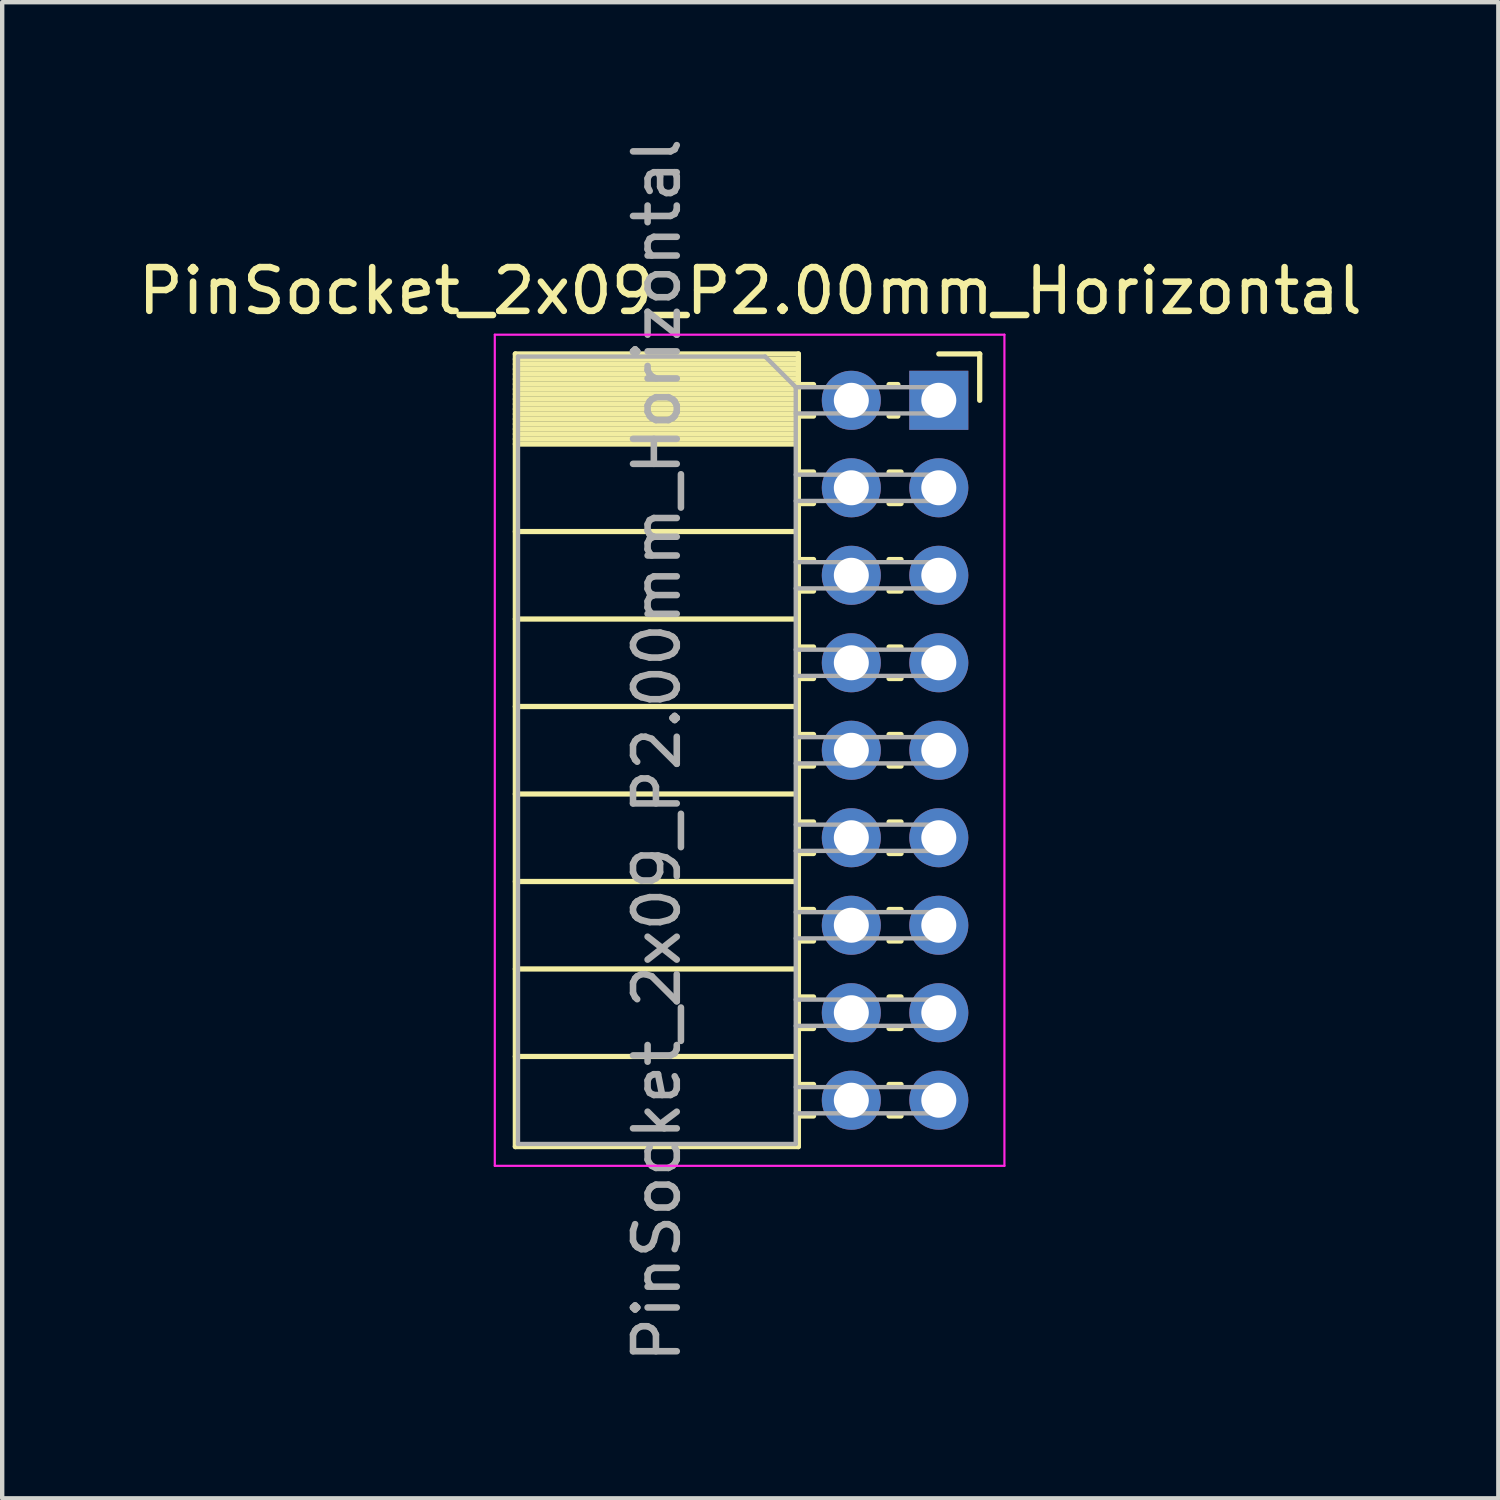
<source format=kicad_pcb>
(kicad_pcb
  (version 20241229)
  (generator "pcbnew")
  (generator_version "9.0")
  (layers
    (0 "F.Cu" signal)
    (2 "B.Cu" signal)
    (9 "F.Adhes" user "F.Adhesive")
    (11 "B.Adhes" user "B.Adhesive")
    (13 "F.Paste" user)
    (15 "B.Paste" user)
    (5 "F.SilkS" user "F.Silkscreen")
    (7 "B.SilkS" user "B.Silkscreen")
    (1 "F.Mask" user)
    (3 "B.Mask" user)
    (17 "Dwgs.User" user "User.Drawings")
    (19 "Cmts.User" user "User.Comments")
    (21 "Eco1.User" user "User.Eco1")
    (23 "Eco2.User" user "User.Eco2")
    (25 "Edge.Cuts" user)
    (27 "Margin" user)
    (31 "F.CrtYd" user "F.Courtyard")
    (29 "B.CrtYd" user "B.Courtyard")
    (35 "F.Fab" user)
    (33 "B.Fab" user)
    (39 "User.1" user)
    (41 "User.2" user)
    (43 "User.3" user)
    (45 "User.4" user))
  (footprint "PinSocket_2x09_P2.00mm_Horizontal"
    (layer "F.Cu")
    (at 18.411 6.101)
    (property "Reference" "PinSocket_2x09_P2.00mm_Horizontal" (at -4.31 -2.5 0) (layer "F.SilkS") (effects (font (size 1 1) (thickness 0.15))))
    (attr through_hole)
    (fp_line (start -9.68 -1.06) (end -9.68 17.06) (stroke (width 0.12) (type solid)) (layer "F.SilkS"))
    (fp_line (start -9.68 -1.06) (end -3.21 -1.06) (stroke (width 0.12) (type solid)) (layer "F.SilkS"))
    (fp_line (start -9.68 -0.94) (end -3.21 -0.94) (stroke (width 0.12) (type solid)) (layer "F.SilkS"))
    (fp_line (start -9.68 -0.826) (end -3.21 -0.826) (stroke (width 0.12) (type solid)) (layer "F.SilkS"))
    (fp_line (start -9.68 -0.712) (end -3.21 -0.712) (stroke (width 0.12) (type solid)) (layer "F.SilkS"))
    (fp_line (start -9.68 -0.598) (end -3.21 -0.598) (stroke (width 0.12) (type solid)) (layer "F.SilkS"))
    (fp_line (start -9.68 -0.484) (end -3.21 -0.484) (stroke (width 0.12) (type solid)) (layer "F.SilkS"))
    (fp_line (start -9.68 -0.369) (end -3.21 -0.369) (stroke (width 0.12) (type solid)) (layer "F.SilkS"))
    (fp_line (start -9.68 -0.255) (end -3.21 -0.255) (stroke (width 0.12) (type solid)) (layer "F.SilkS"))
    (fp_line (start -9.68 -0.141) (end -3.21 -0.141) (stroke (width 0.12) (type solid)) (layer "F.SilkS"))
    (fp_line (start -9.68 -0.027) (end -3.21 -0.027) (stroke (width 0.12) (type solid)) (layer "F.SilkS"))
    (fp_line (start -9.68 0.087) (end -3.21 0.087) (stroke (width 0.12) (type solid)) (layer "F.SilkS"))
    (fp_line (start -9.68 0.201) (end -3.21 0.201) (stroke (width 0.12) (type solid)) (layer "F.SilkS"))
    (fp_line (start -9.68 0.315) (end -3.21 0.315) (stroke (width 0.12) (type solid)) (layer "F.SilkS"))
    (fp_line (start -9.68 0.429) (end -3.21 0.429) (stroke (width 0.12) (type solid)) (layer "F.SilkS"))
    (fp_line (start -9.68 0.544) (end -3.21 0.544) (stroke (width 0.12) (type solid)) (layer "F.SilkS"))
    (fp_line (start -9.68 0.658) (end -3.21 0.658) (stroke (width 0.12) (type solid)) (layer "F.SilkS"))
    (fp_line (start -9.68 0.772) (end -3.21 0.772) (stroke (width 0.12) (type solid)) (layer "F.SilkS"))
    (fp_line (start -9.68 0.886) (end -3.21 0.886) (stroke (width 0.12) (type solid)) (layer "F.SilkS"))
    (fp_line (start -9.68 1) (end -3.21 1) (stroke (width 0.12) (type solid)) (layer "F.SilkS"))
    (fp_line (start -9.68 3) (end -3.21 3) (stroke (width 0.12) (type solid)) (layer "F.SilkS"))
    (fp_line (start -9.68 5) (end -3.21 5) (stroke (width 0.12) (type solid)) (layer "F.SilkS"))
    (fp_line (start -9.68 7) (end -3.21 7) (stroke (width 0.12) (type solid)) (layer "F.SilkS"))
    (fp_line (start -9.68 9) (end -3.21 9) (stroke (width 0.12) (type solid)) (layer "F.SilkS"))
    (fp_line (start -9.68 11) (end -3.21 11) (stroke (width 0.12) (type solid)) (layer "F.SilkS"))
    (fp_line (start -9.68 13) (end -3.21 13) (stroke (width 0.12) (type solid)) (layer "F.SilkS"))
    (fp_line (start -9.68 15) (end -3.21 15) (stroke (width 0.12) (type solid)) (layer "F.SilkS"))
    (fp_line (start -9.68 17.06) (end -3.21 17.06) (stroke (width 0.12) (type solid)) (layer "F.SilkS"))
    (fp_line (start -3.21 -1.06) (end -3.21 17.06) (stroke (width 0.12) (type solid)) (layer "F.SilkS"))
    (fp_line (start -3.21 -0.36) (end -2.863 -0.36) (stroke (width 0.12) (type solid)) (layer "F.SilkS"))
    (fp_line (start -3.21 0.36) (end -2.863 0.36) (stroke (width 0.12) (type solid)) (layer "F.SilkS"))
    (fp_line (start -3.21 1.64) (end -2.863 1.64) (stroke (width 0.12) (type solid)) (layer "F.SilkS"))
    (fp_line (start -3.21 2.36) (end -2.863 2.36) (stroke (width 0.12) (type solid)) (layer "F.SilkS"))
    (fp_line (start -3.21 3.64) (end -2.863 3.64) (stroke (width 0.12) (type solid)) (layer "F.SilkS"))
    (fp_line (start -3.21 4.36) (end -2.863 4.36) (stroke (width 0.12) (type solid)) (layer "F.SilkS"))
    (fp_line (start -3.21 5.64) (end -2.863 5.64) (stroke (width 0.12) (type solid)) (layer "F.SilkS"))
    (fp_line (start -3.21 6.36) (end -2.863 6.36) (stroke (width 0.12) (type solid)) (layer "F.SilkS"))
    (fp_line (start -3.21 7.64) (end -2.863 7.64) (stroke (width 0.12) (type solid)) (layer "F.SilkS"))
    (fp_line (start -3.21 8.36) (end -2.863 8.36) (stroke (width 0.12) (type solid)) (layer "F.SilkS"))
    (fp_line (start -3.21 9.64) (end -2.863 9.64) (stroke (width 0.12) (type solid)) (layer "F.SilkS"))
    (fp_line (start -3.21 10.36) (end -2.863 10.36) (stroke (width 0.12) (type solid)) (layer "F.SilkS"))
    (fp_line (start -3.21 11.64) (end -2.863 11.64) (stroke (width 0.12) (type solid)) (layer "F.SilkS"))
    (fp_line (start -3.21 12.36) (end -2.863 12.36) (stroke (width 0.12) (type solid)) (layer "F.SilkS"))
    (fp_line (start -3.21 13.64) (end -2.863 13.64) (stroke (width 0.12) (type solid)) (layer "F.SilkS"))
    (fp_line (start -3.21 14.36) (end -2.863 14.36) (stroke (width 0.12) (type solid)) (layer "F.SilkS"))
    (fp_line (start -3.21 15.64) (end -2.863 15.64) (stroke (width 0.12) (type solid)) (layer "F.SilkS"))
    (fp_line (start -3.21 16.36) (end -2.863 16.36) (stroke (width 0.12) (type solid)) (layer "F.SilkS"))
    (fp_line (start -1.137 -0.36) (end -0.935 -0.36) (stroke (width 0.12) (type solid)) (layer "F.SilkS"))
    (fp_line (start -1.137 0.36) (end -0.935 0.36) (stroke (width 0.12) (type solid)) (layer "F.SilkS"))
    (fp_line (start -1.137 1.64) (end -0.863 1.64) (stroke (width 0.12) (type solid)) (layer "F.SilkS"))
    (fp_line (start -1.137 2.36) (end -0.863 2.36) (stroke (width 0.12) (type solid)) (layer "F.SilkS"))
    (fp_line (start -1.137 3.64) (end -0.863 3.64) (stroke (width 0.12) (type solid)) (layer "F.SilkS"))
    (fp_line (start -1.137 4.36) (end -0.863 4.36) (stroke (width 0.12) (type solid)) (layer "F.SilkS"))
    (fp_line (start -1.137 5.64) (end -0.863 5.64) (stroke (width 0.12) (type solid)) (layer "F.SilkS"))
    (fp_line (start -1.137 6.36) (end -0.863 6.36) (stroke (width 0.12) (type solid)) (layer "F.SilkS"))
    (fp_line (start -1.137 7.64) (end -0.863 7.64) (stroke (width 0.12) (type solid)) (layer "F.SilkS"))
    (fp_line (start -1.137 8.36) (end -0.863 8.36) (stroke (width 0.12) (type solid)) (layer "F.SilkS"))
    (fp_line (start -1.137 9.64) (end -0.863 9.64) (stroke (width 0.12) (type solid)) (layer "F.SilkS"))
    (fp_line (start -1.137 10.36) (end -0.863 10.36) (stroke (width 0.12) (type solid)) (layer "F.SilkS"))
    (fp_line (start -1.137 11.64) (end -0.863 11.64) (stroke (width 0.12) (type solid)) (layer "F.SilkS"))
    (fp_line (start -1.137 12.36) (end -0.863 12.36) (stroke (width 0.12) (type solid)) (layer "F.SilkS"))
    (fp_line (start -1.137 13.64) (end -0.863 13.64) (stroke (width 0.12) (type solid)) (layer "F.SilkS"))
    (fp_line (start -1.137 14.36) (end -0.863 14.36) (stroke (width 0.12) (type solid)) (layer "F.SilkS"))
    (fp_line (start -1.137 15.64) (end -0.863 15.64) (stroke (width 0.12) (type solid)) (layer "F.SilkS"))
    (fp_line (start -1.137 16.36) (end -0.863 16.36) (stroke (width 0.12) (type solid)) (layer "F.SilkS"))
    (fp_line (start 0 -1.06) (end 0.935 -1.06) (stroke (width 0.12) (type solid)) (layer "F.SilkS"))
    (fp_line (start 0.935 -1.06) (end 0.935 0) (stroke (width 0.12) (type solid)) (layer "F.SilkS"))
    (fp_line (start -10.15 -1.5) (end -10.15 17.5) (stroke (width 0.05) (type solid)) (layer "F.CrtYd"))
    (fp_line (start -10.15 17.5) (end 1.5 17.5) (stroke (width 0.05) (type solid)) (layer "F.CrtYd"))
    (fp_line (start 1.5 -1.5) (end -10.15 -1.5) (stroke (width 0.05) (type solid)) (layer "F.CrtYd"))
    (fp_line (start 1.5 17.5) (end 1.5 -1.5) (stroke (width 0.05) (type solid)) (layer "F.CrtYd"))
    (fp_line (start -9.62 -1) (end -3.97 -1) (stroke (width 0.1) (type solid)) (layer "F.Fab"))
    (fp_line (start -9.62 17) (end -9.62 -1) (stroke (width 0.1) (type solid)) (layer "F.Fab"))
    (fp_line (start -3.97 -1) (end -3.27 -0.3) (stroke (width 0.1) (type solid)) (layer "F.Fab"))
    (fp_line (start -3.27 -0.3) (end -3.27 17) (stroke (width 0.1) (type solid)) (layer "F.Fab"))
    (fp_line (start -3.27 0.3) (end 0 0.3) (stroke (width 0.1) (type solid)) (layer "F.Fab"))
    (fp_line (start -3.27 2.3) (end 0 2.3) (stroke (width 0.1) (type solid)) (layer "F.Fab"))
    (fp_line (start -3.27 4.3) (end 0 4.3) (stroke (width 0.1) (type solid)) (layer "F.Fab"))
    (fp_line (start -3.27 6.3) (end 0 6.3) (stroke (width 0.1) (type solid)) (layer "F.Fab"))
    (fp_line (start -3.27 8.3) (end 0 8.3) (stroke (width 0.1) (type solid)) (layer "F.Fab"))
    (fp_line (start -3.27 10.3) (end 0 10.3) (stroke (width 0.1) (type solid)) (layer "F.Fab"))
    (fp_line (start -3.27 12.3) (end 0 12.3) (stroke (width 0.1) (type solid)) (layer "F.Fab"))
    (fp_line (start -3.27 14.3) (end 0 14.3) (stroke (width 0.1) (type solid)) (layer "F.Fab"))
    (fp_line (start -3.27 16.3) (end 0 16.3) (stroke (width 0.1) (type solid)) (layer "F.Fab"))
    (fp_line (start -3.27 17) (end -9.62 17) (stroke (width 0.1) (type solid)) (layer "F.Fab"))
    (fp_line (start 0 -0.3) (end -3.27 -0.3) (stroke (width 0.1) (type solid)) (layer "F.Fab"))
    (fp_line (start 0 0.3) (end 0 -0.3) (stroke (width 0.1) (type solid)) (layer "F.Fab"))
    (fp_line (start 0 1.7) (end -3.27 1.7) (stroke (width 0.1) (type solid)) (layer "F.Fab"))
    (fp_line (start 0 2.3) (end 0 1.7) (stroke (width 0.1) (type solid)) (layer "F.Fab"))
    (fp_line (start 0 3.7) (end -3.27 3.7) (stroke (width 0.1) (type solid)) (layer "F.Fab"))
    (fp_line (start 0 4.3) (end 0 3.7) (stroke (width 0.1) (type solid)) (layer "F.Fab"))
    (fp_line (start 0 5.7) (end -3.27 5.7) (stroke (width 0.1) (type solid)) (layer "F.Fab"))
    (fp_line (start 0 6.3) (end 0 5.7) (stroke (width 0.1) (type solid)) (layer "F.Fab"))
    (fp_line (start 0 7.7) (end -3.27 7.7) (stroke (width 0.1) (type solid)) (layer "F.Fab"))
    (fp_line (start 0 8.3) (end 0 7.7) (stroke (width 0.1) (type solid)) (layer "F.Fab"))
    (fp_line (start 0 9.7) (end -3.27 9.7) (stroke (width 0.1) (type solid)) (layer "F.Fab"))
    (fp_line (start 0 10.3) (end 0 9.7) (stroke (width 0.1) (type solid)) (layer "F.Fab"))
    (fp_line (start 0 11.7) (end -3.27 11.7) (stroke (width 0.1) (type solid)) (layer "F.Fab"))
    (fp_line (start 0 12.3) (end 0 11.7) (stroke (width 0.1) (type solid)) (layer "F.Fab"))
    (fp_line (start 0 13.7) (end -3.27 13.7) (stroke (width 0.1) (type solid)) (layer "F.Fab"))
    (fp_line (start 0 14.3) (end 0 13.7) (stroke (width 0.1) (type solid)) (layer "F.Fab"))
    (fp_line (start 0 15.7) (end -3.27 15.7) (stroke (width 0.1) (type solid)) (layer "F.Fab"))
    (fp_line (start 0 16.3) (end 0 15.7) (stroke (width 0.1) (type solid)) (layer "F.Fab"))
    (fp_text user "${REFERENCE}" (at -6.445 8 90) (layer "F.Fab") (effects (font (size 1 1) (thickness 0.15))))
    (pad "1" thru_hole rect (at 0 0) (size 1.35 1.35) (drill 0.8) (layers "*.Cu" "*.Mask"))
    (pad "2" thru_hole oval (at -2 0) (size 1.35 1.35) (drill 0.8) (layers "*.Cu" "*.Mask"))
    (pad "3" thru_hole oval (at 0 2) (size 1.35 1.35) (drill 0.8) (layers "*.Cu" "*.Mask"))
    (pad "4" thru_hole oval (at -2 2) (size 1.35 1.35) (drill 0.8) (layers "*.Cu" "*.Mask"))
    (pad "5" thru_hole oval (at 0 4) (size 1.35 1.35) (drill 0.8) (layers "*.Cu" "*.Mask"))
    (pad "6" thru_hole oval (at -2 4) (size 1.35 1.35) (drill 0.8) (layers "*.Cu" "*.Mask"))
    (pad "7" thru_hole oval (at 0 6) (size 1.35 1.35) (drill 0.8) (layers "*.Cu" "*.Mask"))
    (pad "8" thru_hole oval (at -2 6) (size 1.35 1.35) (drill 0.8) (layers "*.Cu" "*.Mask"))
    (pad "9" thru_hole oval (at 0 8) (size 1.35 1.35) (drill 0.8) (layers "*.Cu" "*.Mask"))
    (pad "10" thru_hole oval (at -2 8) (size 1.35 1.35) (drill 0.8) (layers "*.Cu" "*.Mask"))
    (pad "11" thru_hole oval (at 0 10) (size 1.35 1.35) (drill 0.8) (layers "*.Cu" "*.Mask"))
    (pad "12" thru_hole oval (at -2 10) (size 1.35 1.35) (drill 0.8) (layers "*.Cu" "*.Mask"))
    (pad "13" thru_hole oval (at 0 12) (size 1.35 1.35) (drill 0.8) (layers "*.Cu" "*.Mask"))
    (pad "14" thru_hole oval (at -2 12) (size 1.35 1.35) (drill 0.8) (layers "*.Cu" "*.Mask"))
    (pad "15" thru_hole oval (at 0 14) (size 1.35 1.35) (drill 0.8) (layers "*.Cu" "*.Mask"))
    (pad "16" thru_hole oval (at -2 14) (size 1.35 1.35) (drill 0.8) (layers "*.Cu" "*.Mask"))
    (pad "17" thru_hole oval (at 0 16) (size 1.35 1.35) (drill 0.8) (layers "*.Cu" "*.Mask"))
    (pad "18" thru_hole oval (at -2 16) (size 1.35 1.35) (drill 0.8) (layers "*.Cu" "*.Mask")))
  (gr_rect
    (start -3 -3)
    (end 31.202 31.202)
    (stroke (width 0.1) (type default))
    (fill no)
    (layer "Edge.Cuts")))
</source>
